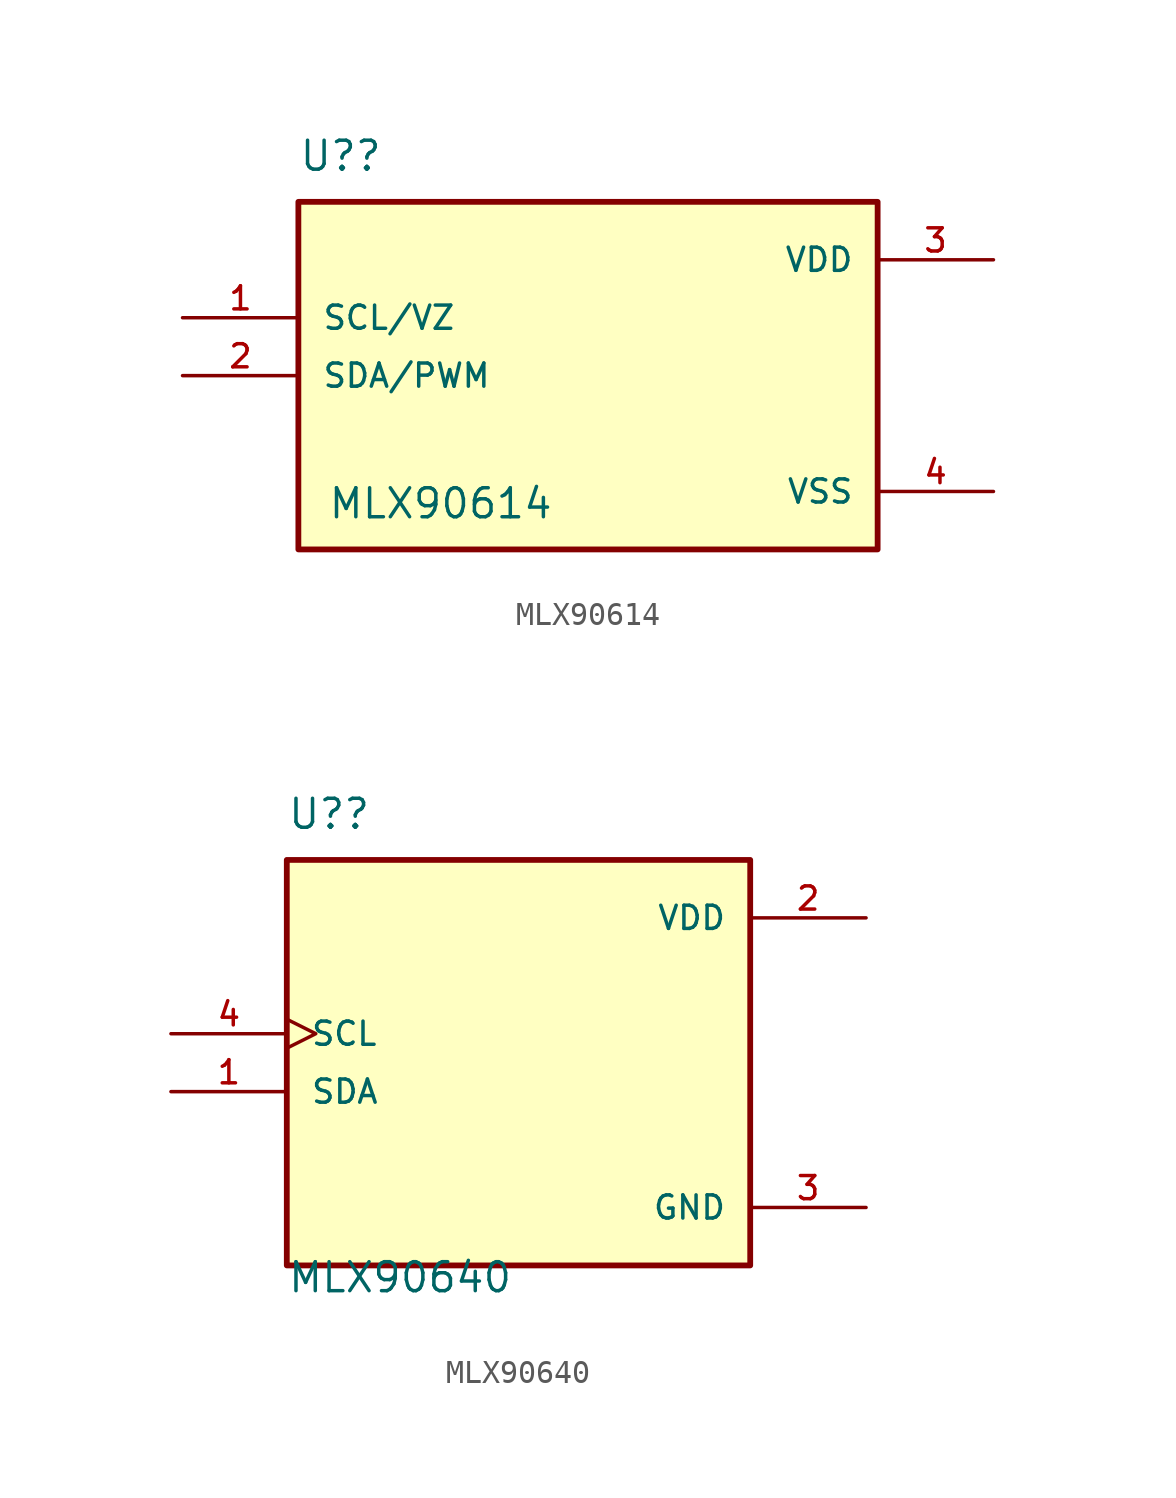
<source format=kicad_sym>
(kicad_symbol_lib
  (version 20211014)
  (generator kicad_symbol_editor)
  (symbol "MLX90614"
    (pin_names
      (offset 1.016))
    (property "Reference" "U?"
      (at -12.7 8.89 0)
      (effects (font (size 1.27 1.27)) (justify left bottom)))
    (property "Value" "MLX90614"
      (at -11.43 -6.35 0)
      (effects (font (size 1.27 1.27)) (justify left bottom)))
    (symbol "MLX90614_0_0"
      (rectangle (start -12.7 -7.62) (end 12.7 7.62) (stroke (width 0.254) (type default) (color 0 0 0 0)) (fill (type background)))
      (pin input line (at -17.78 2.54 0) (length 5.08) (name "SCL/VZ" (effects (font (size 1.016 1.016)))) (number "1" (effects (font (size 1.016 1.016)))))
      (pin bidirectional line (at -17.78 0 0) (length 5.08) (name "SDA/PWM" (effects (font (size 1.016 1.016)))) (number "2" (effects (font (size 1.016 1.016)))))
      (pin power_in line (at 17.78 5.08 180) (length 5.08) (name "VDD" (effects (font (size 1.016 1.016)))) (number "3" (effects (font (size 1.016 1.016)))))
      (pin power_in line (at 17.78 -5.08 180) (length 5.08) (name "VSS" (effects (font (size 1.016 1.016)))) (number "4" (effects (font (size 1.016 1.016)))))))
  (symbol "MLX90640"
    (pin_names
      (offset 1.016))
    (property "Reference" "U?"
      (at -10.16 8.89 0)
      (effects (font (size 1.27 1.27)) (justify left bottom)))
    (property "Value" "MLX90640"
      (at -10.16 -11.43 0)
      (effects (font (size 1.27 1.27)) (justify left bottom)))
    (symbol "MLX90640_0_0"
      (rectangle (start -10.16 -10.16) (end 10.16 7.62) (stroke (width 0.254) (type default) (color 0 0 0 0)) (fill (type background)))
      (pin bidirectional line (at -15.24 -2.54 0) (length 5.08) (name "SDA" (effects (font (size 1.016 1.016)))) (number "1" (effects (font (size 1.016 1.016)))))
      (pin power_in line (at 15.24 5.08 180) (length 5.08) (name "VDD" (effects (font (size 1.016 1.016)))) (number "2" (effects (font (size 1.016 1.016)))))
      (pin power_in line (at 15.24 -7.62 180) (length 5.08) (name "GND" (effects (font (size 1.016 1.016)))) (number "3" (effects (font (size 1.016 1.016)))))
      (pin input clock (at -15.24 0 0) (length 5.08) (name "SCL" (effects (font (size 1.016 1.016)))) (number "4" (effects (font (size 1.016 1.016))))))))
</source>
